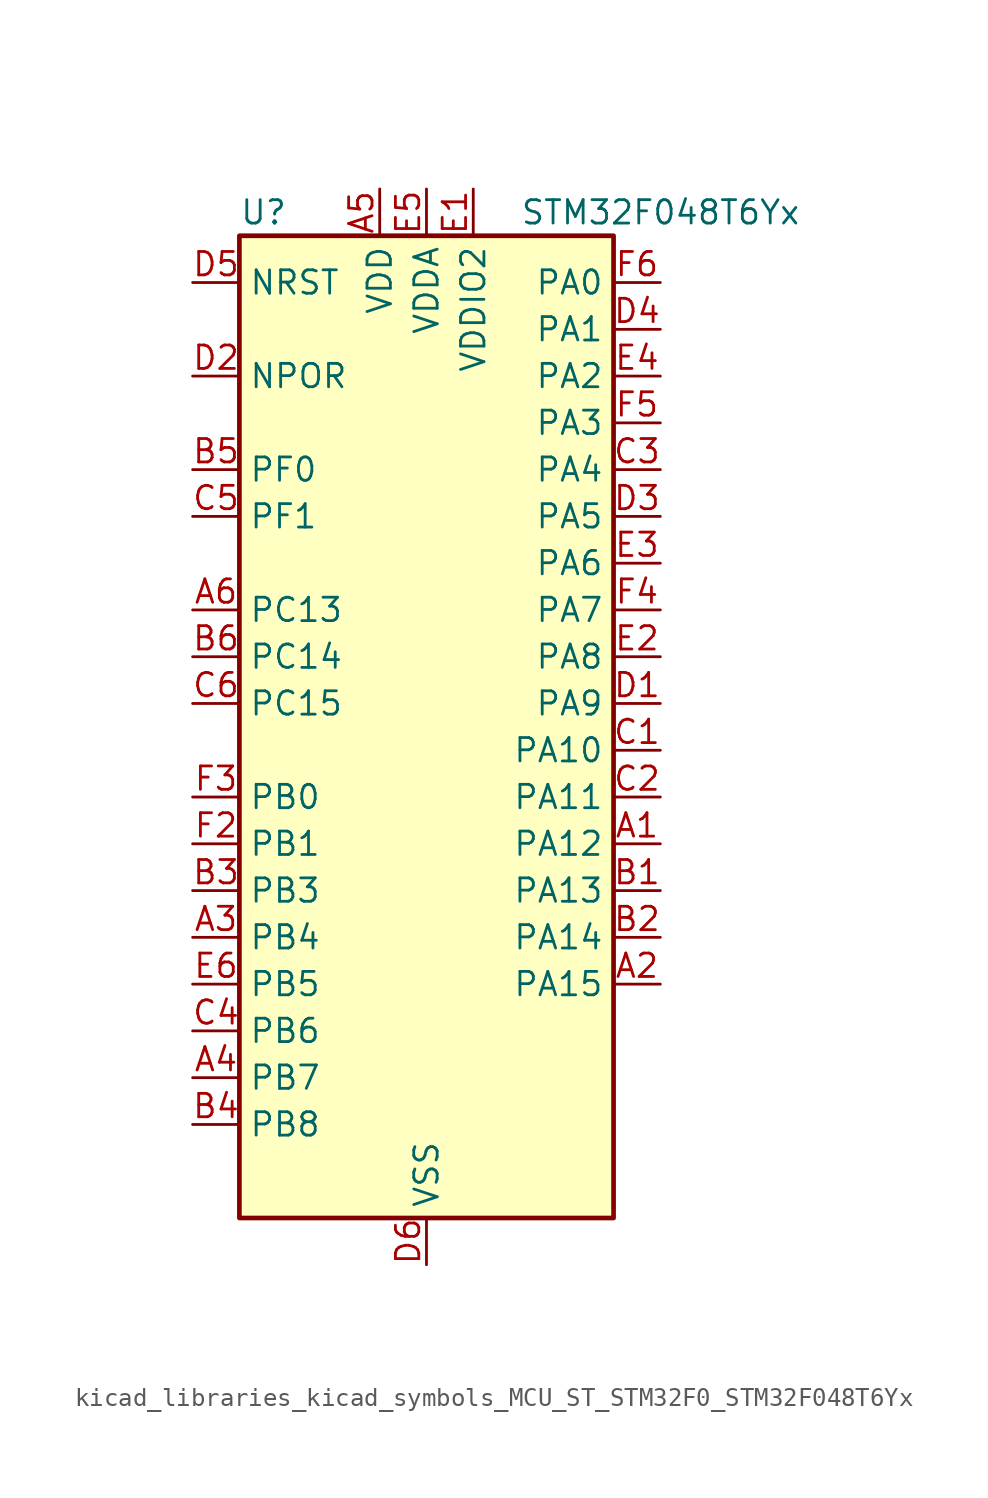
<source format=kicad_sym>
(kicad_symbol_lib
  (version 20220914)
  (generator kicad_symbol_editor)
  (symbol "kicad_libraries_kicad_symbols_MCU_ST_STM32F0_STM32F048T6Yx"
    (property "Reference" "U"
      (at -10.16 29.21 0)
      (effects (font (size 1.27 1.27)) (justify left)))
    (property "Value" "STM32F048T6Yx"
      (at 5.08 29.21 0)
      (effects (font (size 1.27 1.27)) (justify left)))
    (property "ki_locked" ""
      (at 0 0 0)
      (effects (font (size 1.27 1.27))))
    (symbol "kicad_libraries_kicad_symbols_MCU_ST_STM32F0_STM32F048T6Yx_0_1"
      (rectangle (start -10.16 -25.4) (end 10.16 27.94) (stroke (width 0.254) (type default)) (fill (type background))))
    (symbol "kicad_libraries_kicad_symbols_MCU_ST_STM32F0_STM32F048T6Yx_1_1"
      (pin bidirectional line (at 12.7 -5.08 180) (length 2.54) (name "PA12" (effects (font (size 1.27 1.27)))) (number "A1" (effects (font (size 1.27 1.27)))) (alternate "I2C1_SDA" bidirectional line) (alternate "TIM1_ETR" bidirectional line) (alternate "TSC_G4_IO4" bidirectional line) (alternate "USART1_DE" bidirectional line) (alternate "USART1_RTS" bidirectional line) (alternate "USB_DP" bidirectional line))
      (pin bidirectional line (at 12.7 -12.7 180) (length 2.54) (name "PA15" (effects (font (size 1.27 1.27)))) (number "A2" (effects (font (size 1.27 1.27)))) (alternate "I2S1_WS" bidirectional line) (alternate "SPI1_NSS" bidirectional line) (alternate "TIM2_CH1" bidirectional line) (alternate "TIM2_ETR" bidirectional line) (alternate "USART2_RX" bidirectional line) (alternate "USB_NOE" bidirectional line))
      (pin bidirectional line (at -12.7 -10.16 0) (length 2.54) (name "PB4" (effects (font (size 1.27 1.27)))) (number "A3" (effects (font (size 1.27 1.27)))) (alternate "I2S1_MCK" bidirectional line) (alternate "SPI1_MISO" bidirectional line) (alternate "TIM17_BKIN" bidirectional line) (alternate "TIM3_CH1" bidirectional line) (alternate "TSC_G5_IO2" bidirectional line))
      (pin bidirectional line (at -12.7 -17.78 0) (length 2.54) (name "PB7" (effects (font (size 1.27 1.27)))) (number "A4" (effects (font (size 1.27 1.27)))) (alternate "I2C1_SDA" bidirectional line) (alternate "TIM17_CH1N" bidirectional line) (alternate "TSC_G5_IO4" bidirectional line) (alternate "USART1_RX" bidirectional line))
      (pin power_in line (at -2.54 30.48 270) (length 2.54) (name "VDD" (effects (font (size 1.27 1.27)))) (number "A5" (effects (font (size 1.27 1.27)))))
      (pin bidirectional line (at -12.7 7.62 0) (length 2.54) (name "PC13" (effects (font (size 1.27 1.27)))) (number "A6" (effects (font (size 1.27 1.27)))) (alternate "RTC_OUT_ALARM" bidirectional line) (alternate "RTC_OUT_CALIB" bidirectional line) (alternate "RTC_TAMP1" bidirectional line) (alternate "RTC_TS" bidirectional line) (alternate "SYS_WKUP2" bidirectional line))
      (pin bidirectional line (at 12.7 -7.62 180) (length 2.54) (name "PA13" (effects (font (size 1.27 1.27)))) (number "B1" (effects (font (size 1.27 1.27)))) (alternate "IR_OUT" bidirectional line) (alternate "SYS_SWDIO" bidirectional line) (alternate "USB_NOE" bidirectional line))
      (pin bidirectional line (at 12.7 -10.16 180) (length 2.54) (name "PA14" (effects (font (size 1.27 1.27)))) (number "B2" (effects (font (size 1.27 1.27)))) (alternate "SYS_SWCLK" bidirectional line) (alternate "USART2_TX" bidirectional line))
      (pin bidirectional line (at -12.7 -7.62 0) (length 2.54) (name "PB3" (effects (font (size 1.27 1.27)))) (number "B3" (effects (font (size 1.27 1.27)))) (alternate "I2S1_CK" bidirectional line) (alternate "SPI1_SCK" bidirectional line) (alternate "TIM2_CH2" bidirectional line) (alternate "TSC_G5_IO1" bidirectional line))
      (pin bidirectional line (at -12.7 -20.32 0) (length 2.54) (name "PB8" (effects (font (size 1.27 1.27)))) (number "B4" (effects (font (size 1.27 1.27)))) (alternate "CEC" bidirectional line) (alternate "I2C1_SCL" bidirectional line) (alternate "TIM16_CH1" bidirectional line) (alternate "TSC_SYNC" bidirectional line))
      (pin bidirectional line (at -12.7 15.24 0) (length 2.54) (name "PF0" (effects (font (size 1.27 1.27)))) (number "B5" (effects (font (size 1.27 1.27)))) (alternate "CRS_SYNC" bidirectional line) (alternate "I2C1_SDA" bidirectional line) (alternate "RCC_OSC_IN" bidirectional line))
      (pin bidirectional line (at -12.7 5.08 0) (length 2.54) (name "PC14" (effects (font (size 1.27 1.27)))) (number "B6" (effects (font (size 1.27 1.27)))) (alternate "RCC_OSC32_IN" bidirectional line))
      (pin bidirectional line (at 12.7 0 180) (length 2.54) (name "PA10" (effects (font (size 1.27 1.27)))) (number "C1" (effects (font (size 1.27 1.27)))) (alternate "I2C1_SDA" bidirectional line) (alternate "TIM17_BKIN" bidirectional line) (alternate "TIM1_CH3" bidirectional line) (alternate "TSC_G4_IO2" bidirectional line) (alternate "USART1_RX" bidirectional line))
      (pin bidirectional line (at 12.7 -2.54 180) (length 2.54) (name "PA11" (effects (font (size 1.27 1.27)))) (number "C2" (effects (font (size 1.27 1.27)))) (alternate "I2C1_SCL" bidirectional line) (alternate "TIM1_CH4" bidirectional line) (alternate "TSC_G4_IO3" bidirectional line) (alternate "USART1_CTS" bidirectional line) (alternate "USB_DM" bidirectional line))
      (pin bidirectional line (at 12.7 15.24 180) (length 2.54) (name "PA4" (effects (font (size 1.27 1.27)))) (number "C3" (effects (font (size 1.27 1.27)))) (alternate "ADC_IN4" bidirectional line) (alternate "I2S1_WS" bidirectional line) (alternate "SPI1_NSS" bidirectional line) (alternate "TIM14_CH1" bidirectional line) (alternate "TSC_G2_IO1" bidirectional line) (alternate "USART2_CK" bidirectional line) (alternate "USB_NOE" bidirectional line))
      (pin bidirectional line (at -12.7 -15.24 0) (length 2.54) (name "PB6" (effects (font (size 1.27 1.27)))) (number "C4" (effects (font (size 1.27 1.27)))) (alternate "I2C1_SCL" bidirectional line) (alternate "TIM16_CH1N" bidirectional line) (alternate "TSC_G5_IO3" bidirectional line) (alternate "USART1_TX" bidirectional line))
      (pin bidirectional line (at -12.7 12.7 0) (length 2.54) (name "PF1" (effects (font (size 1.27 1.27)))) (number "C5" (effects (font (size 1.27 1.27)))) (alternate "I2C1_SCL" bidirectional line) (alternate "RCC_OSC_OUT" bidirectional line))
      (pin bidirectional line (at -12.7 2.54 0) (length 2.54) (name "PC15" (effects (font (size 1.27 1.27)))) (number "C6" (effects (font (size 1.27 1.27)))) (alternate "RCC_OSC32_OUT" bidirectional line))
      (pin bidirectional line (at 12.7 2.54 180) (length 2.54) (name "PA9" (effects (font (size 1.27 1.27)))) (number "D1" (effects (font (size 1.27 1.27)))) (alternate "I2C1_SCL" bidirectional line) (alternate "TIM1_CH2" bidirectional line) (alternate "TSC_G4_IO1" bidirectional line) (alternate "USART1_TX" bidirectional line))
      (pin input line (at -12.7 20.32 0) (length 2.54) (name "NPOR" (effects (font (size 1.27 1.27)))) (number "D2" (effects (font (size 1.27 1.27)))))
      (pin bidirectional line (at 12.7 12.7 180) (length 2.54) (name "PA5" (effects (font (size 1.27 1.27)))) (number "D3" (effects (font (size 1.27 1.27)))) (alternate "ADC_IN5" bidirectional line) (alternate "CEC" bidirectional line) (alternate "I2S1_CK" bidirectional line) (alternate "SPI1_SCK" bidirectional line) (alternate "TIM2_CH1" bidirectional line) (alternate "TIM2_ETR" bidirectional line) (alternate "TSC_G2_IO2" bidirectional line))
      (pin bidirectional line (at 12.7 22.86 180) (length 2.54) (name "PA1" (effects (font (size 1.27 1.27)))) (number "D4" (effects (font (size 1.27 1.27)))) (alternate "ADC_IN1" bidirectional line) (alternate "TIM2_CH2" bidirectional line) (alternate "TSC_G1_IO2" bidirectional line) (alternate "USART2_DE" bidirectional line) (alternate "USART2_RTS" bidirectional line))
      (pin input line (at -12.7 25.4 0) (length 2.54) (name "NRST" (effects (font (size 1.27 1.27)))) (number "D5" (effects (font (size 1.27 1.27)))))
      (pin power_in line (at 0 -27.94 90) (length 2.54) (name "VSS" (effects (font (size 1.27 1.27)))) (number "D6" (effects (font (size 1.27 1.27)))))
      (pin power_in line (at 2.54 30.48 270) (length 2.54) (name "VDDIO2" (effects (font (size 1.27 1.27)))) (number "E1" (effects (font (size 1.27 1.27)))))
      (pin bidirectional line (at 12.7 5.08 180) (length 2.54) (name "PA8" (effects (font (size 1.27 1.27)))) (number "E2" (effects (font (size 1.27 1.27)))) (alternate "CRS_SYNC" bidirectional line) (alternate "RCC_MCO" bidirectional line) (alternate "TIM1_CH1" bidirectional line) (alternate "USART1_CK" bidirectional line))
      (pin bidirectional line (at 12.7 10.16 180) (length 2.54) (name "PA6" (effects (font (size 1.27 1.27)))) (number "E3" (effects (font (size 1.27 1.27)))) (alternate "ADC_IN6" bidirectional line) (alternate "I2S1_MCK" bidirectional line) (alternate "SPI1_MISO" bidirectional line) (alternate "TIM16_CH1" bidirectional line) (alternate "TIM1_BKIN" bidirectional line) (alternate "TIM3_CH1" bidirectional line) (alternate "TSC_G2_IO3" bidirectional line))
      (pin bidirectional line (at 12.7 20.32 180) (length 2.54) (name "PA2" (effects (font (size 1.27 1.27)))) (number "E4" (effects (font (size 1.27 1.27)))) (alternate "ADC_IN2" bidirectional line) (alternate "SYS_WKUP4" bidirectional line) (alternate "TIM2_CH3" bidirectional line) (alternate "TSC_G1_IO3" bidirectional line) (alternate "USART2_TX" bidirectional line))
      (pin power_in line (at 0 30.48 270) (length 2.54) (name "VDDA" (effects (font (size 1.27 1.27)))) (number "E5" (effects (font (size 1.27 1.27)))))
      (pin bidirectional line (at -12.7 -12.7 0) (length 2.54) (name "PB5" (effects (font (size 1.27 1.27)))) (number "E6" (effects (font (size 1.27 1.27)))) (alternate "I2C1_SMBA" bidirectional line) (alternate "I2S1_SD" bidirectional line) (alternate "SPI1_MOSI" bidirectional line) (alternate "SYS_WKUP6" bidirectional line) (alternate "TIM16_BKIN" bidirectional line) (alternate "TIM3_CH2" bidirectional line))
      (pin passive line (at 0 -27.94 90) (length 2.54) hide (name "VSS" (effects (font (size 1.27 1.27)))) (number "F1" (effects (font (size 1.27 1.27)))))
      (pin bidirectional line (at -12.7 -5.08 0) (length 2.54) (name "PB1" (effects (font (size 1.27 1.27)))) (number "F2" (effects (font (size 1.27 1.27)))) (alternate "ADC_IN9" bidirectional line) (alternate "TIM14_CH1" bidirectional line) (alternate "TIM1_CH3N" bidirectional line) (alternate "TIM3_CH4" bidirectional line) (alternate "TSC_G3_IO3" bidirectional line))
      (pin bidirectional line (at -12.7 -2.54 0) (length 2.54) (name "PB0" (effects (font (size 1.27 1.27)))) (number "F3" (effects (font (size 1.27 1.27)))) (alternate "ADC_IN8" bidirectional line) (alternate "TIM1_CH2N" bidirectional line) (alternate "TIM3_CH3" bidirectional line) (alternate "TSC_G3_IO2" bidirectional line))
      (pin bidirectional line (at 12.7 7.62 180) (length 2.54) (name "PA7" (effects (font (size 1.27 1.27)))) (number "F4" (effects (font (size 1.27 1.27)))) (alternate "ADC_IN7" bidirectional line) (alternate "I2S1_SD" bidirectional line) (alternate "SPI1_MOSI" bidirectional line) (alternate "TIM14_CH1" bidirectional line) (alternate "TIM17_CH1" bidirectional line) (alternate "TIM1_CH1N" bidirectional line) (alternate "TIM3_CH2" bidirectional line) (alternate "TSC_G2_IO4" bidirectional line))
      (pin bidirectional line (at 12.7 17.78 180) (length 2.54) (name "PA3" (effects (font (size 1.27 1.27)))) (number "F5" (effects (font (size 1.27 1.27)))) (alternate "ADC_IN3" bidirectional line) (alternate "TIM2_CH4" bidirectional line) (alternate "TSC_G1_IO4" bidirectional line) (alternate "USART2_RX" bidirectional line))
      (pin bidirectional line (at 12.7 25.4 180) (length 2.54) (name "PA0" (effects (font (size 1.27 1.27)))) (number "F6" (effects (font (size 1.27 1.27)))) (alternate "ADC_IN0" bidirectional line) (alternate "RTC_TAMP2" bidirectional line) (alternate "SYS_WKUP1" bidirectional line) (alternate "TIM2_CH1" bidirectional line) (alternate "TIM2_ETR" bidirectional line) (alternate "TSC_G1_IO1" bidirectional line) (alternate "USART2_CTS" bidirectional line)))))
</source>
